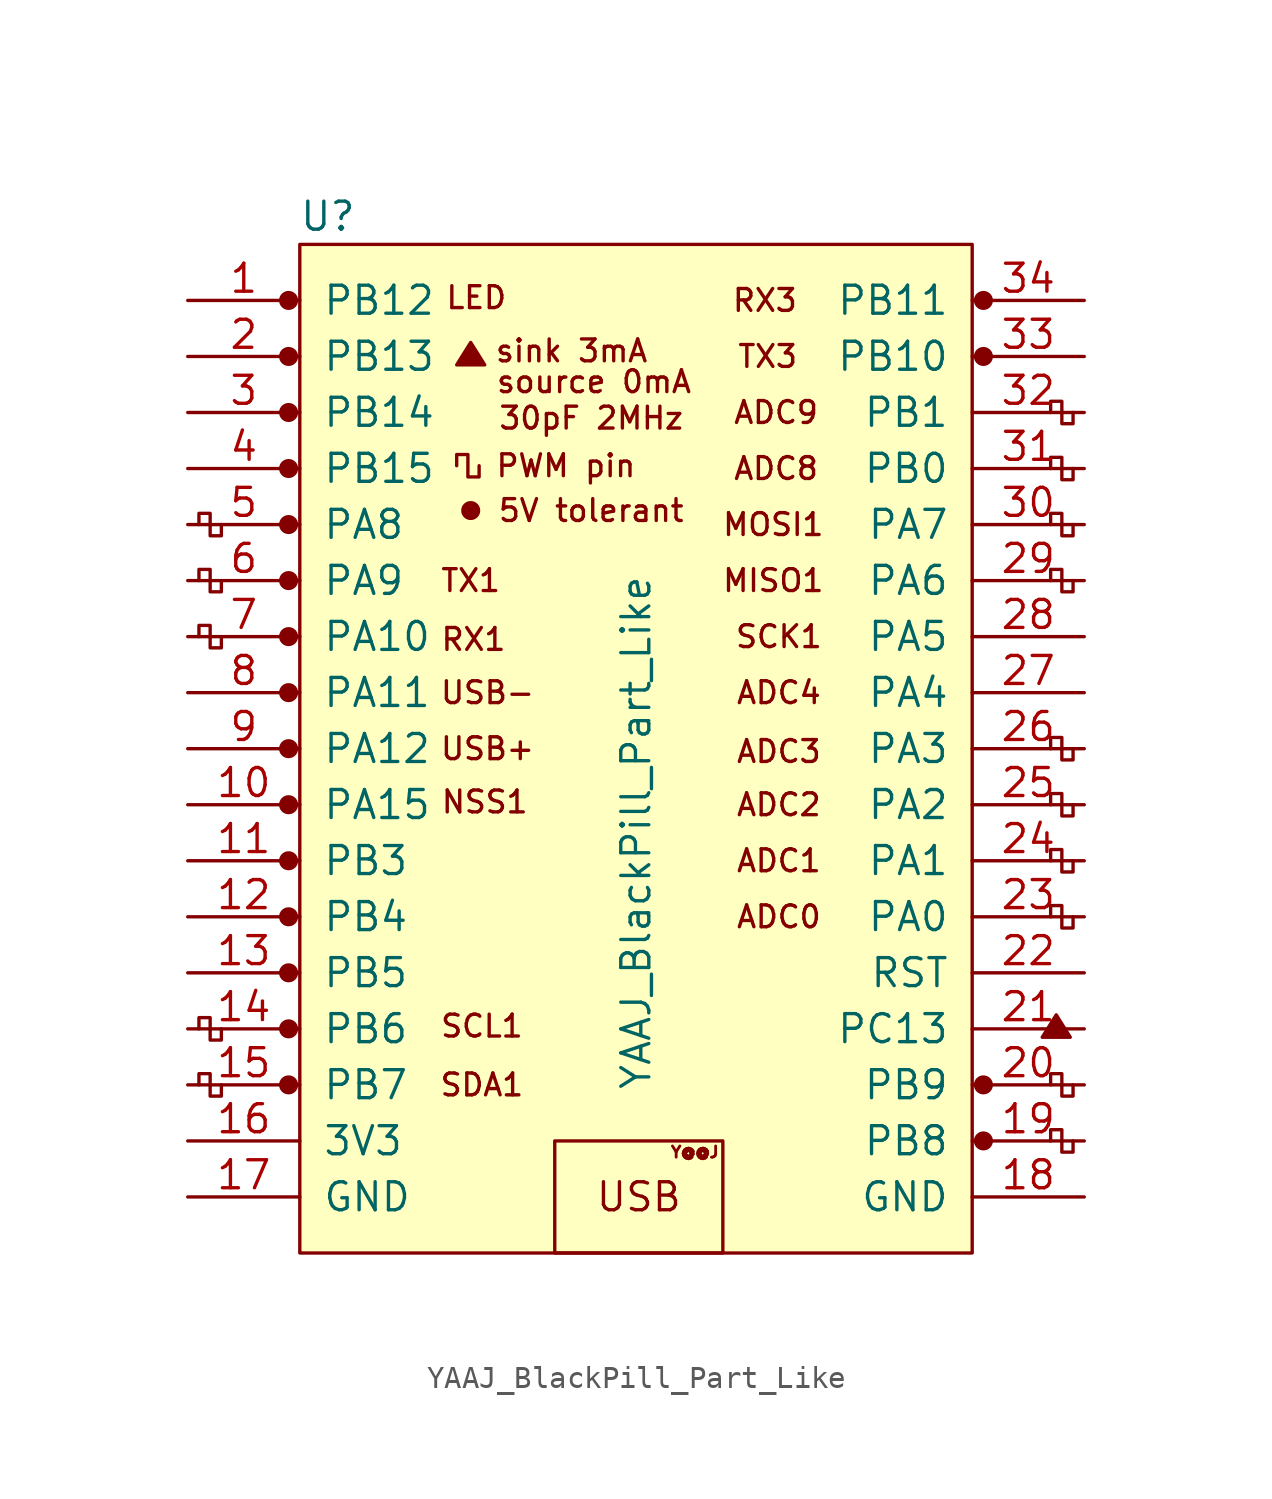
<source format=kicad_sym>
(kicad_symbol_lib
  (version 20201005)
  (generator kicad_symbol_editor)
  (symbol "MSAD2103:YAAJ_BlackPill_Part_Like"
    (pin_names
      (offset 1.016))
    (property "Reference" "U"
      (at -13.97 24.13 0)
      (effects (font (size 1.27 1.27))))
    (property "Value" "YAAJ_BlackPill_Part_Like"
      (at 0 -3.81 90)
      (effects (font (size 1.27 1.27))))
    (symbol "YAAJ_BlackPill_Part_Like_0_0"
      (circle (center -7.493 10.795) (radius 0.254) (stroke (width 0)) (fill (type none)))
      (circle (center -7.493 10.795) (radius 0.356) (stroke (width 0)) (fill (type none)))
      (circle (center 15.748 17.78) (radius 0.356) (stroke (width 0)) (fill (type none)))
      (circle (center 15.748 20.32) (radius 0.356) (stroke (width 0)) (fill (type none)))
      (circle (center -15.748 -15.24) (radius 0.356) (stroke (width 0)) (fill (type outline)))
      (circle (center -15.748 -12.7) (radius 0.356) (stroke (width 0)) (fill (type outline)))
      (circle (center -15.748 -10.16) (radius 0.356) (stroke (width 0)) (fill (type outline)))
      (circle (center -15.748 -7.62) (radius 0.356) (stroke (width 0)) (fill (type outline)))
      (circle (center -15.748 -5.08) (radius 0.356) (stroke (width 0)) (fill (type outline)))
      (circle (center -15.748 -2.54) (radius 0.356) (stroke (width 0)) (fill (type outline)))
      (circle (center -15.748 0) (radius 0.356) (stroke (width 0)) (fill (type outline)))
      (circle (center -15.748 2.54) (radius 0.356) (stroke (width 0)) (fill (type outline)))
      (circle (center -15.748 5.08) (radius 0.356) (stroke (width 0)) (fill (type outline)))
      (circle (center -15.748 7.62) (radius 0.356) (stroke (width 0)) (fill (type outline)))
      (circle (center -15.748 10.16) (radius 0.356) (stroke (width 0)) (fill (type outline)))
      (circle (center -15.748 12.7) (radius 0.356) (stroke (width 0)) (fill (type outline)))
      (circle (center -15.748 15.24) (radius 0.356) (stroke (width 0)) (fill (type outline)))
      (circle (center -15.748 20.32) (radius 0.356) (stroke (width 0)) (fill (type outline)))
      (circle (center -7.493 10.795) (radius 0.127) (stroke (width 0)) (fill (type outline)))
      (circle (center 15.748 -17.78) (radius 0.356) (stroke (width 0)) (fill (type outline)))
      (circle (center 15.748 -15.24) (radius 0.356) (stroke (width 0)) (fill (type outline)))
      (circle (center 15.748 17.78) (radius 0.254) (stroke (width 0)) (fill (type outline)))
      (circle (center 15.748 20.32) (radius 0.254) (stroke (width 0)) (fill (type outline)))
      (text "30pF 2MHz" (at -2.032 14.986 0) (effects (font (size 0.991 0.991))))
      (text "5V tolerant" (at -2.032 10.795 0) (effects (font (size 0.991 0.991))))
      (text "ADC0" (at 6.477 -7.62 0) (effects (font (size 0.991 0.991))))
      (text "ADC1" (at 6.477 -5.08 0) (effects (font (size 0.991 0.991))))
      (text "ADC2" (at 6.477 -2.54 0) (effects (font (size 0.991 0.991))))
      (text "ADC3" (at 6.477 -0.127 0) (effects (font (size 0.991 0.991))))
      (text "ADC4" (at 6.477 2.54 0) (effects (font (size 0.991 0.991))))
      (text "ADC8" (at 6.35 12.7 0) (effects (font (size 0.991 0.991))))
      (text "ADC9" (at 6.35 15.24 0) (effects (font (size 0.991 0.991))))
      (text "LED" (at -7.239 20.447 0) (effects (font (size 0.991 0.991))))
      (text "MISO1" (at 6.223 7.62 0) (effects (font (size 0.991 0.991))))
      (text "MOSI1" (at 6.223 10.16 0) (effects (font (size 0.991 0.991))))
      (text "NSS1" (at -6.858 -2.413 0) (effects (font (size 0.991 0.991))))
      (text "PWM pin" (at -3.175 12.827 0) (effects (font (size 0.991 0.991))))
      (text "RX1" (at -7.366 4.953 0) (effects (font (size 0.991 0.991))))
      (text "RX3" (at 5.842 20.32 0) (effects (font (size 0.991 0.991))))
      (text "SCK1" (at 6.477 5.08 0) (effects (font (size 0.991 0.991))))
      (text "SCL1" (at -6.985 -12.573 0) (effects (font (size 0.991 0.991))))
      (text "SDA1" (at -6.985 -15.24 0) (effects (font (size 0.991 0.991))))
      (text "sink 3mA" (at -2.921 18.034 0) (effects (font (size 0.991 0.991))))
      (text "source 0mA" (at -1.905 16.637 0) (effects (font (size 0.991 0.991))))
      (text "TX1" (at -7.493 7.62 0) (effects (font (size 0.991 0.991))))
      (text "TX3" (at 5.969 17.78 0) (effects (font (size 0.991 0.991))))
      (text "USB" (at 0.127 -20.32 0) (effects (font (size 1.27 1.27))))
      (text "USB+" (at -6.731 0 0) (effects (font (size 0.991 0.991))))
      (text "USB-" (at -6.731 2.54 0) (effects (font (size 0.991 0.991))))
      (text "Y@@J" (at 2.667 -18.288 0) (effects (font (size 0.508 0.508))))
      (polyline (pts (xy -8.128 17.399) (xy -7.493 18.415) (xy -6.858 17.399) (xy -8.128 17.399) (xy -7.493 18.288) (xy -6.985 17.399) (xy -8.001 17.526) (xy -7.493 18.161) (xy -7.112 17.399) (xy -7.874 17.653) (xy -7.366 18.034) (xy -7.239 17.399) (xy -7.747 17.78) (xy -7.239 17.907) (xy -7.366 17.526) (xy -7.62 17.78) (xy -7.366 17.653) (xy -7.493 17.907)) (stroke (width 0)) (fill (type none)))
      (polyline (pts (xy 18.415 -13.081) (xy 19.05 -12.065) (xy 19.685 -13.081) (xy 18.415 -13.081) (xy 19.05 -12.192) (xy 19.558 -13.081) (xy 18.542 -12.954) (xy 19.05 -12.319) (xy 19.431 -13.081) (xy 18.669 -12.827) (xy 19.177 -12.446) (xy 19.304 -13.081) (xy 18.796 -12.7) (xy 19.304 -12.573) (xy 19.177 -12.954) (xy 18.923 -12.7) (xy 19.177 -12.827) (xy 19.05 -12.573)) (stroke (width 0)) (fill (type none))))
    (symbol "YAAJ_BlackPill_Part_Like_0_1"
      (rectangle (start 3.937 -17.78) (end -3.683 -22.86) (stroke (width 0)) (fill (type none)))
      (rectangle (start -15.24 22.86) (end 15.24 -22.86) (stroke (width 0)) (fill (type background)))
      (polyline (pts (xy -18.796 -15.24) (xy -18.796 -15.748) (xy -19.304 -15.748) (xy -19.304 -14.732) (xy -19.812 -14.732) (xy -19.812 -15.24)) (stroke (width 0)) (fill (type none)))
      (polyline (pts (xy -18.796 -12.7) (xy -18.796 -13.208) (xy -19.304 -13.208) (xy -19.304 -12.192) (xy -19.812 -12.192) (xy -19.812 -12.7)) (stroke (width 0)) (fill (type none)))
      (polyline (pts (xy -18.796 5.08) (xy -18.796 4.572) (xy -19.304 4.572) (xy -19.304 5.588) (xy -19.812 5.588) (xy -19.812 5.08)) (stroke (width 0)) (fill (type none)))
      (polyline (pts (xy -18.796 7.62) (xy -18.796 7.112) (xy -19.304 7.112) (xy -19.304 8.128) (xy -19.812 8.128) (xy -19.812 7.62)) (stroke (width 0)) (fill (type none)))
      (polyline (pts (xy -18.796 10.16) (xy -18.796 9.652) (xy -19.304 9.652) (xy -19.304 10.668) (xy -19.812 10.668) (xy -19.812 10.16)) (stroke (width 0)) (fill (type none)))
      (polyline (pts (xy -7.112 12.827) (xy -7.112 12.319) (xy -7.62 12.319) (xy -7.62 13.335) (xy -8.128 13.335) (xy -8.128 12.827)) (stroke (width 0)) (fill (type none)))
      (polyline (pts (xy 18.796 -17.78) (xy 18.796 -17.272) (xy 19.304 -17.272) (xy 19.304 -18.288) (xy 19.812 -18.288) (xy 19.812 -17.78)) (stroke (width 0)) (fill (type none)))
      (polyline (pts (xy 18.796 -15.24) (xy 18.796 -14.732) (xy 19.304 -14.732) (xy 19.304 -15.748) (xy 19.812 -15.748) (xy 19.812 -15.24)) (stroke (width 0)) (fill (type none)))
      (polyline (pts (xy 19.812 -7.62) (xy 19.812 -8.128) (xy 19.304 -8.128) (xy 19.304 -7.112) (xy 18.796 -7.112) (xy 18.796 -7.62)) (stroke (width 0)) (fill (type none)))
      (polyline (pts (xy 19.812 -5.08) (xy 19.812 -5.588) (xy 19.304 -5.588) (xy 19.304 -4.572) (xy 18.796 -4.572) (xy 18.796 -5.08)) (stroke (width 0)) (fill (type none)))
      (polyline (pts (xy 19.812 -2.54) (xy 19.812 -3.048) (xy 19.304 -3.048) (xy 19.304 -2.032) (xy 18.796 -2.032) (xy 18.796 -2.54)) (stroke (width 0)) (fill (type none)))
      (polyline (pts (xy 19.812 0) (xy 19.812 -0.508) (xy 19.304 -0.508) (xy 19.304 0.508) (xy 18.796 0.508) (xy 18.796 0)) (stroke (width 0)) (fill (type none)))
      (polyline (pts (xy 19.812 7.62) (xy 19.812 7.112) (xy 19.304 7.112) (xy 19.304 8.128) (xy 18.796 8.128) (xy 18.796 7.62)) (stroke (width 0)) (fill (type none)))
      (polyline (pts (xy 19.812 10.16) (xy 19.812 9.652) (xy 19.304 9.652) (xy 19.304 10.668) (xy 18.796 10.668) (xy 18.796 10.16)) (stroke (width 0)) (fill (type none)))
      (polyline (pts (xy 19.812 12.7) (xy 19.812 12.192) (xy 19.304 12.192) (xy 19.304 13.208) (xy 18.796 13.208) (xy 18.796 12.7)) (stroke (width 0)) (fill (type none)))
      (polyline (pts (xy 19.812 15.24) (xy 19.812 14.732) (xy 19.304 14.732) (xy 19.304 15.748) (xy 18.796 15.748) (xy 18.796 15.24)) (stroke (width 0)) (fill (type none))))
    (symbol "YAAJ_BlackPill_Part_Like_1_1"
      (circle (center -15.748 17.78) (radius 0.356) (stroke (width 0)) (fill (type outline)))
      (pin bidirectional line (at -20.32 20.32 0) (length 5.08) (name "PB12" (effects (font (size 1.27 1.27)))) (number "1" (effects (font (size 1.27 1.27)))))
      (pin bidirectional line (at -20.32 -2.54 0) (length 5.08) (name "PA15" (effects (font (size 1.27 1.27)))) (number "10" (effects (font (size 1.27 1.27)))))
      (pin bidirectional line (at -20.32 -5.08 0) (length 5.08) (name "PB3" (effects (font (size 1.27 1.27)))) (number "11" (effects (font (size 1.27 1.27)))))
      (pin bidirectional line (at -20.32 -7.62 0) (length 5.08) (name "PB4" (effects (font (size 1.27 1.27)))) (number "12" (effects (font (size 1.27 1.27)))))
      (pin bidirectional line (at -20.32 -10.16 0) (length 5.08) (name "PB5" (effects (font (size 1.27 1.27)))) (number "13" (effects (font (size 1.27 1.27)))))
      (pin bidirectional line (at -20.32 -12.7 0) (length 5.08) (name "PB6" (effects (font (size 1.27 1.27)))) (number "14" (effects (font (size 1.27 1.27)))))
      (pin bidirectional line (at -20.32 -15.24 0) (length 5.08) (name "PB7" (effects (font (size 1.27 1.27)))) (number "15" (effects (font (size 1.27 1.27)))))
      (pin power_in line (at -20.32 -17.78 0) (length 5.08) (name "3V3" (effects (font (size 1.27 1.27)))) (number "16" (effects (font (size 1.27 1.27)))))
      (pin power_in line (at -20.32 -20.32 0) (length 5.08) (name "GND" (effects (font (size 1.27 1.27)))) (number "17" (effects (font (size 1.27 1.27)))))
      (pin power_in line (at 20.32 -20.32 180) (length 5.08) (name "GND" (effects (font (size 1.27 1.27)))) (number "18" (effects (font (size 1.27 1.27)))))
      (pin bidirectional line (at 20.32 -17.78 180) (length 5.08) (name "PB8" (effects (font (size 1.27 1.27)))) (number "19" (effects (font (size 1.27 1.27)))))
      (pin bidirectional line (at -20.32 17.78 0) (length 5.08) (name "PB13" (effects (font (size 1.27 1.27)))) (number "2" (effects (font (size 1.27 1.27)))))
      (pin bidirectional line (at 20.32 -15.24 180) (length 5.08) (name "PB9" (effects (font (size 1.27 1.27)))) (number "20" (effects (font (size 1.27 1.27)))))
      (pin bidirectional line (at 20.32 -12.7 180) (length 5.08) (name "PC13" (effects (font (size 1.27 1.27)))) (number "21" (effects (font (size 1.27 1.27)))))
      (pin input line (at 20.32 -10.16 180) (length 5.08) (name "RST" (effects (font (size 1.27 1.27)))) (number "22" (effects (font (size 1.27 1.27)))))
      (pin bidirectional line (at 20.32 -7.62 180) (length 5.08) (name "PA0" (effects (font (size 1.27 1.27)))) (number "23" (effects (font (size 1.27 1.27)))))
      (pin bidirectional line (at 20.32 -5.08 180) (length 5.08) (name "PA1" (effects (font (size 1.27 1.27)))) (number "24" (effects (font (size 1.27 1.27)))))
      (pin bidirectional line (at 20.32 -2.54 180) (length 5.08) (name "PA2" (effects (font (size 1.27 1.27)))) (number "25" (effects (font (size 1.27 1.27)))))
      (pin bidirectional line (at 20.32 0 180) (length 5.08) (name "PA3" (effects (font (size 1.27 1.27)))) (number "26" (effects (font (size 1.27 1.27)))))
      (pin bidirectional line (at 20.32 2.54 180) (length 5.08) (name "PA4" (effects (font (size 1.27 1.27)))) (number "27" (effects (font (size 1.27 1.27)))))
      (pin bidirectional line (at 20.32 5.08 180) (length 5.08) (name "PA5" (effects (font (size 1.27 1.27)))) (number "28" (effects (font (size 1.27 1.27)))))
      (pin bidirectional line (at 20.32 7.62 180) (length 5.08) (name "PA6" (effects (font (size 1.27 1.27)))) (number "29" (effects (font (size 1.27 1.27)))))
      (pin bidirectional line (at -20.32 15.24 0) (length 5.08) (name "PB14" (effects (font (size 1.27 1.27)))) (number "3" (effects (font (size 1.27 1.27)))))
      (pin bidirectional line (at 20.32 10.16 180) (length 5.08) (name "PA7" (effects (font (size 1.27 1.27)))) (number "30" (effects (font (size 1.27 1.27)))))
      (pin bidirectional line (at 20.32 12.7 180) (length 5.08) (name "PB0" (effects (font (size 1.27 1.27)))) (number "31" (effects (font (size 1.27 1.27)))))
      (pin bidirectional line (at 20.32 15.24 180) (length 5.08) (name "PB1" (effects (font (size 1.27 1.27)))) (number "32" (effects (font (size 1.27 1.27)))))
      (pin bidirectional line (at 20.32 17.78 180) (length 5.08) (name "PB10" (effects (font (size 1.27 1.27)))) (number "33" (effects (font (size 1.27 1.27)))))
      (pin bidirectional line (at 20.32 20.32 180) (length 5.08) (name "PB11" (effects (font (size 1.27 1.27)))) (number "34" (effects (font (size 1.27 1.27)))))
      (pin bidirectional line (at -20.32 12.7 0) (length 5.08) (name "PB15" (effects (font (size 1.27 1.27)))) (number "4" (effects (font (size 1.27 1.27)))))
      (pin bidirectional line (at -20.32 10.16 0) (length 5.08) (name "PA8" (effects (font (size 1.27 1.27)))) (number "5" (effects (font (size 1.27 1.27)))))
      (pin bidirectional line (at -20.32 7.62 0) (length 5.08) (name "PA9" (effects (font (size 1.27 1.27)))) (number "6" (effects (font (size 1.27 1.27)))))
      (pin bidirectional line (at -20.32 5.08 0) (length 5.08) (name "PA10" (effects (font (size 1.27 1.27)))) (number "7" (effects (font (size 1.27 1.27)))))
      (pin bidirectional line (at -20.32 2.54 0) (length 5.08) (name "PA11" (effects (font (size 1.27 1.27)))) (number "8" (effects (font (size 1.27 1.27)))))
      (pin bidirectional line (at -20.32 0 0) (length 5.08) (name "PA12" (effects (font (size 1.27 1.27)))) (number "9" (effects (font (size 1.27 1.27))))))))
</source>
